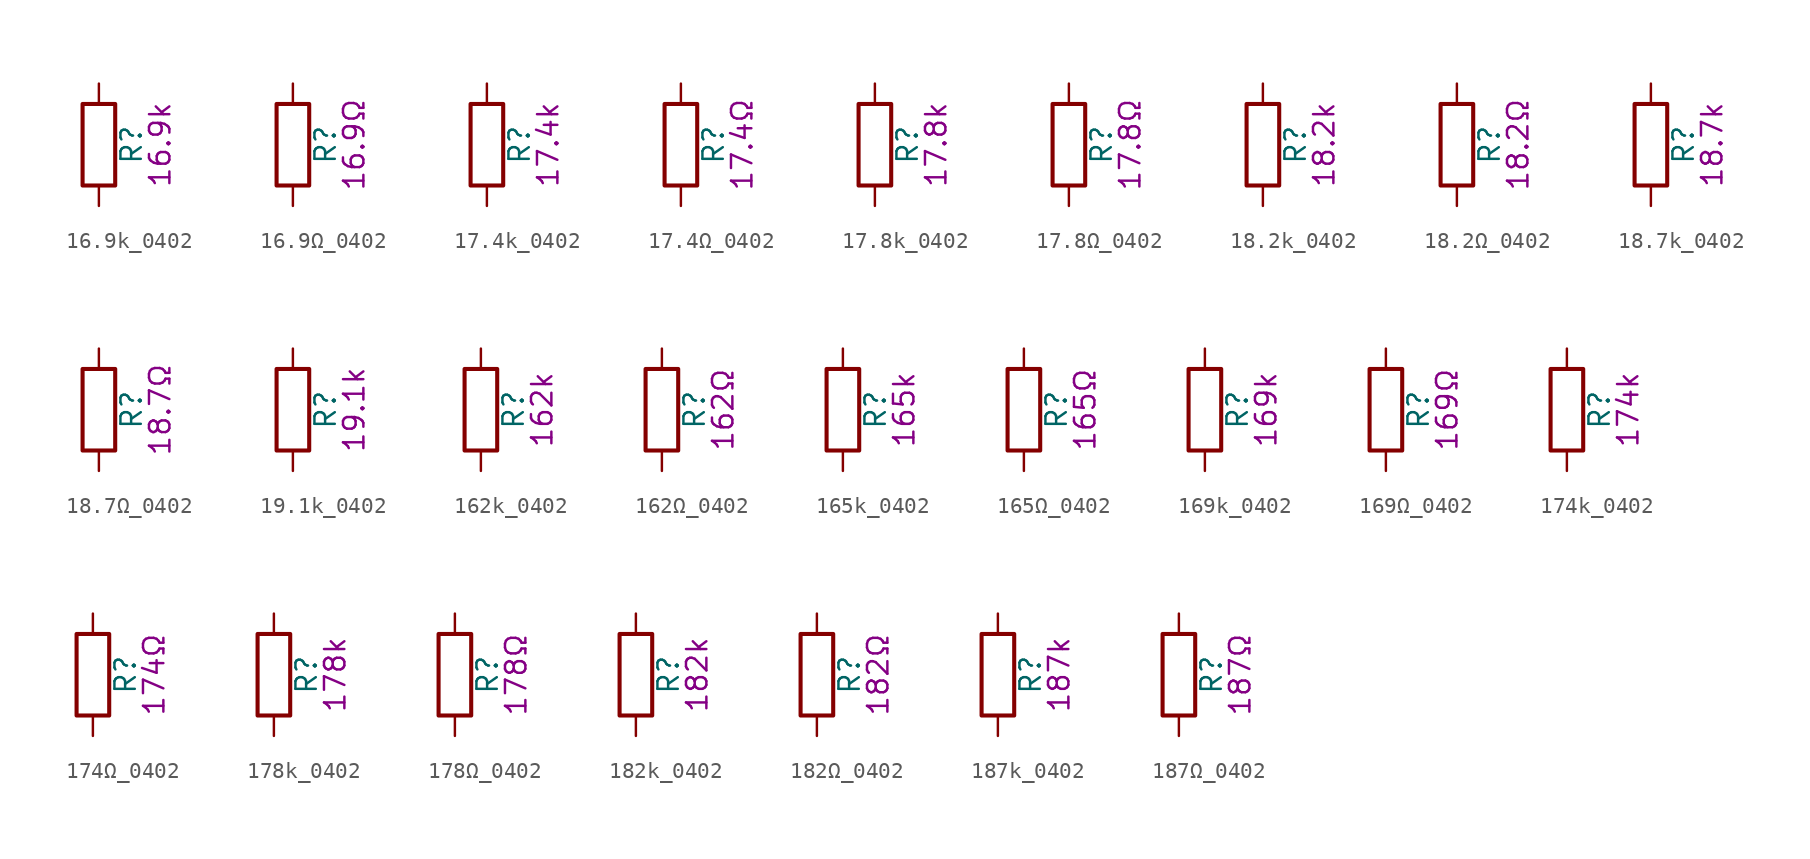
<source format=kicad_sym>
(kicad_symbol_lib
  (version 20211014)
  (generator kicad_symbol_editor)
  (symbol "16.9k_0402"
    (pin_numbers hide)
    (pin_names
      (offset 0))
    (property "Reference" "R"
      (at 2.032 0 90)
      (effects (font (size 1.27 1.27))))
    (property "Display" "16.9k"
      (at 3.81 0 90)
      (effects (font (size 1.27 1.27))))
    (symbol "16.9k_0402_0_1"
      (rectangle (start -1.016 -2.54) (end 1.016 2.54) (stroke (width 0.254) (type default) (color 0 0 0 0)) (fill (type none))))
    (symbol "16.9k_0402_1_1"
      (pin passive line (at 0 3.81 270) (length 1.27) (name "~" (effects (font (size 1.27 1.27)))) (number "1" (effects (font (size 1.27 1.27)))))
      (pin passive line (at 0 -3.81 90) (length 1.27) (name "~" (effects (font (size 1.27 1.27)))) (number "2" (effects (font (size 1.27 1.27)))))))
  (symbol "16.9Ω_0402"
    (pin_numbers hide)
    (pin_names
      (offset 0))
    (property "Reference" "R"
      (at 2.032 0 90)
      (effects (font (size 1.27 1.27))))
    (property "Display" "16.9Ω"
      (at 3.81 0 90)
      (effects (font (size 1.27 1.27))))
    (symbol "16.9Ω_0402_0_1"
      (rectangle (start -1.016 -2.54) (end 1.016 2.54) (stroke (width 0.254) (type default) (color 0 0 0 0)) (fill (type none))))
    (symbol "16.9Ω_0402_1_1"
      (pin passive line (at 0 3.81 270) (length 1.27) (name "~" (effects (font (size 1.27 1.27)))) (number "1" (effects (font (size 1.27 1.27)))))
      (pin passive line (at 0 -3.81 90) (length 1.27) (name "~" (effects (font (size 1.27 1.27)))) (number "2" (effects (font (size 1.27 1.27)))))))
  (symbol "17.4k_0402"
    (pin_numbers hide)
    (pin_names
      (offset 0))
    (property "Reference" "R"
      (at 2.032 0 90)
      (effects (font (size 1.27 1.27))))
    (property "Display" "17.4k"
      (at 3.81 0 90)
      (effects (font (size 1.27 1.27))))
    (symbol "17.4k_0402_0_1"
      (rectangle (start -1.016 -2.54) (end 1.016 2.54) (stroke (width 0.254) (type default) (color 0 0 0 0)) (fill (type none))))
    (symbol "17.4k_0402_1_1"
      (pin passive line (at 0 3.81 270) (length 1.27) (name "~" (effects (font (size 1.27 1.27)))) (number "1" (effects (font (size 1.27 1.27)))))
      (pin passive line (at 0 -3.81 90) (length 1.27) (name "~" (effects (font (size 1.27 1.27)))) (number "2" (effects (font (size 1.27 1.27)))))))
  (symbol "17.4Ω_0402"
    (pin_numbers hide)
    (pin_names
      (offset 0))
    (property "Reference" "R"
      (at 2.032 0 90)
      (effects (font (size 1.27 1.27))))
    (property "Display" "17.4Ω"
      (at 3.81 0 90)
      (effects (font (size 1.27 1.27))))
    (symbol "17.4Ω_0402_0_1"
      (rectangle (start -1.016 -2.54) (end 1.016 2.54) (stroke (width 0.254) (type default) (color 0 0 0 0)) (fill (type none))))
    (symbol "17.4Ω_0402_1_1"
      (pin passive line (at 0 3.81 270) (length 1.27) (name "~" (effects (font (size 1.27 1.27)))) (number "1" (effects (font (size 1.27 1.27)))))
      (pin passive line (at 0 -3.81 90) (length 1.27) (name "~" (effects (font (size 1.27 1.27)))) (number "2" (effects (font (size 1.27 1.27)))))))
  (symbol "17.8k_0402"
    (pin_numbers hide)
    (pin_names
      (offset 0))
    (property "Reference" "R"
      (at 2.032 0 90)
      (effects (font (size 1.27 1.27))))
    (property "Display" "17.8k"
      (at 3.81 0 90)
      (effects (font (size 1.27 1.27))))
    (symbol "17.8k_0402_0_1"
      (rectangle (start -1.016 -2.54) (end 1.016 2.54) (stroke (width 0.254) (type default) (color 0 0 0 0)) (fill (type none))))
    (symbol "17.8k_0402_1_1"
      (pin passive line (at 0 3.81 270) (length 1.27) (name "~" (effects (font (size 1.27 1.27)))) (number "1" (effects (font (size 1.27 1.27)))))
      (pin passive line (at 0 -3.81 90) (length 1.27) (name "~" (effects (font (size 1.27 1.27)))) (number "2" (effects (font (size 1.27 1.27)))))))
  (symbol "17.8Ω_0402"
    (pin_numbers hide)
    (pin_names
      (offset 0))
    (property "Reference" "R"
      (at 2.032 0 90)
      (effects (font (size 1.27 1.27))))
    (property "Display" "17.8Ω"
      (at 3.81 0 90)
      (effects (font (size 1.27 1.27))))
    (symbol "17.8Ω_0402_0_1"
      (rectangle (start -1.016 -2.54) (end 1.016 2.54) (stroke (width 0.254) (type default) (color 0 0 0 0)) (fill (type none))))
    (symbol "17.8Ω_0402_1_1"
      (pin passive line (at 0 3.81 270) (length 1.27) (name "~" (effects (font (size 1.27 1.27)))) (number "1" (effects (font (size 1.27 1.27)))))
      (pin passive line (at 0 -3.81 90) (length 1.27) (name "~" (effects (font (size 1.27 1.27)))) (number "2" (effects (font (size 1.27 1.27)))))))
  (symbol "18.2k_0402"
    (pin_numbers hide)
    (pin_names
      (offset 0))
    (property "Reference" "R"
      (at 2.032 0 90)
      (effects (font (size 1.27 1.27))))
    (property "Display" "18.2k"
      (at 3.81 0 90)
      (effects (font (size 1.27 1.27))))
    (symbol "18.2k_0402_0_1"
      (rectangle (start -1.016 -2.54) (end 1.016 2.54) (stroke (width 0.254) (type default) (color 0 0 0 0)) (fill (type none))))
    (symbol "18.2k_0402_1_1"
      (pin passive line (at 0 3.81 270) (length 1.27) (name "~" (effects (font (size 1.27 1.27)))) (number "1" (effects (font (size 1.27 1.27)))))
      (pin passive line (at 0 -3.81 90) (length 1.27) (name "~" (effects (font (size 1.27 1.27)))) (number "2" (effects (font (size 1.27 1.27)))))))
  (symbol "18.2Ω_0402"
    (pin_numbers hide)
    (pin_names
      (offset 0))
    (property "Reference" "R"
      (at 2.032 0 90)
      (effects (font (size 1.27 1.27))))
    (property "Display" "18.2Ω"
      (at 3.81 0 90)
      (effects (font (size 1.27 1.27))))
    (symbol "18.2Ω_0402_0_1"
      (rectangle (start -1.016 -2.54) (end 1.016 2.54) (stroke (width 0.254) (type default) (color 0 0 0 0)) (fill (type none))))
    (symbol "18.2Ω_0402_1_1"
      (pin passive line (at 0 3.81 270) (length 1.27) (name "~" (effects (font (size 1.27 1.27)))) (number "1" (effects (font (size 1.27 1.27)))))
      (pin passive line (at 0 -3.81 90) (length 1.27) (name "~" (effects (font (size 1.27 1.27)))) (number "2" (effects (font (size 1.27 1.27)))))))
  (symbol "18.7k_0402"
    (pin_numbers hide)
    (pin_names
      (offset 0))
    (property "Reference" "R"
      (at 2.032 0 90)
      (effects (font (size 1.27 1.27))))
    (property "Display" "18.7k"
      (at 3.81 0 90)
      (effects (font (size 1.27 1.27))))
    (symbol "18.7k_0402_0_1"
      (rectangle (start -1.016 -2.54) (end 1.016 2.54) (stroke (width 0.254) (type default) (color 0 0 0 0)) (fill (type none))))
    (symbol "18.7k_0402_1_1"
      (pin passive line (at 0 3.81 270) (length 1.27) (name "~" (effects (font (size 1.27 1.27)))) (number "1" (effects (font (size 1.27 1.27)))))
      (pin passive line (at 0 -3.81 90) (length 1.27) (name "~" (effects (font (size 1.27 1.27)))) (number "2" (effects (font (size 1.27 1.27)))))))
  (symbol "18.7Ω_0402"
    (pin_numbers hide)
    (pin_names
      (offset 0))
    (property "Reference" "R"
      (at 2.032 0 90)
      (effects (font (size 1.27 1.27))))
    (property "Display" "18.7Ω"
      (at 3.81 0 90)
      (effects (font (size 1.27 1.27))))
    (symbol "18.7Ω_0402_0_1"
      (rectangle (start -1.016 -2.54) (end 1.016 2.54) (stroke (width 0.254) (type default) (color 0 0 0 0)) (fill (type none))))
    (symbol "18.7Ω_0402_1_1"
      (pin passive line (at 0 3.81 270) (length 1.27) (name "~" (effects (font (size 1.27 1.27)))) (number "1" (effects (font (size 1.27 1.27)))))
      (pin passive line (at 0 -3.81 90) (length 1.27) (name "~" (effects (font (size 1.27 1.27)))) (number "2" (effects (font (size 1.27 1.27)))))))
  (symbol "19.1k_0402"
    (pin_numbers hide)
    (pin_names
      (offset 0))
    (property "Reference" "R"
      (at 2.032 0 90)
      (effects (font (size 1.27 1.27))))
    (property "Display" "19.1k"
      (at 3.81 0 90)
      (effects (font (size 1.27 1.27))))
    (symbol "19.1k_0402_0_1"
      (rectangle (start -1.016 -2.54) (end 1.016 2.54) (stroke (width 0.254) (type default) (color 0 0 0 0)) (fill (type none))))
    (symbol "19.1k_0402_1_1"
      (pin passive line (at 0 3.81 270) (length 1.27) (name "~" (effects (font (size 1.27 1.27)))) (number "1" (effects (font (size 1.27 1.27)))))
      (pin passive line (at 0 -3.81 90) (length 1.27) (name "~" (effects (font (size 1.27 1.27)))) (number "2" (effects (font (size 1.27 1.27)))))))
  (symbol "162k_0402"
    (pin_numbers hide)
    (pin_names
      (offset 0))
    (property "Reference" "R"
      (at 2.032 0 90)
      (effects (font (size 1.27 1.27))))
    (property "Display" "162k"
      (at 3.81 0 90)
      (effects (font (size 1.27 1.27))))
    (symbol "162k_0402_0_1"
      (rectangle (start -1.016 -2.54) (end 1.016 2.54) (stroke (width 0.254) (type default) (color 0 0 0 0)) (fill (type none))))
    (symbol "162k_0402_1_1"
      (pin passive line (at 0 3.81 270) (length 1.27) (name "~" (effects (font (size 1.27 1.27)))) (number "1" (effects (font (size 1.27 1.27)))))
      (pin passive line (at 0 -3.81 90) (length 1.27) (name "~" (effects (font (size 1.27 1.27)))) (number "2" (effects (font (size 1.27 1.27)))))))
  (symbol "162Ω_0402"
    (pin_numbers hide)
    (pin_names
      (offset 0))
    (property "Reference" "R"
      (at 2.032 0 90)
      (effects (font (size 1.27 1.27))))
    (property "Display" "162Ω"
      (at 3.81 0 90)
      (effects (font (size 1.27 1.27))))
    (symbol "162Ω_0402_0_1"
      (rectangle (start -1.016 -2.54) (end 1.016 2.54) (stroke (width 0.254) (type default) (color 0 0 0 0)) (fill (type none))))
    (symbol "162Ω_0402_1_1"
      (pin passive line (at 0 3.81 270) (length 1.27) (name "~" (effects (font (size 1.27 1.27)))) (number "1" (effects (font (size 1.27 1.27)))))
      (pin passive line (at 0 -3.81 90) (length 1.27) (name "~" (effects (font (size 1.27 1.27)))) (number "2" (effects (font (size 1.27 1.27)))))))
  (symbol "165k_0402"
    (pin_numbers hide)
    (pin_names
      (offset 0))
    (property "Reference" "R"
      (at 2.032 0 90)
      (effects (font (size 1.27 1.27))))
    (property "Display" "165k"
      (at 3.81 0 90)
      (effects (font (size 1.27 1.27))))
    (symbol "165k_0402_0_1"
      (rectangle (start -1.016 -2.54) (end 1.016 2.54) (stroke (width 0.254) (type default) (color 0 0 0 0)) (fill (type none))))
    (symbol "165k_0402_1_1"
      (pin passive line (at 0 3.81 270) (length 1.27) (name "~" (effects (font (size 1.27 1.27)))) (number "1" (effects (font (size 1.27 1.27)))))
      (pin passive line (at 0 -3.81 90) (length 1.27) (name "~" (effects (font (size 1.27 1.27)))) (number "2" (effects (font (size 1.27 1.27)))))))
  (symbol "165Ω_0402"
    (pin_numbers hide)
    (pin_names
      (offset 0))
    (property "Reference" "R"
      (at 2.032 0 90)
      (effects (font (size 1.27 1.27))))
    (property "Display" "165Ω"
      (at 3.81 0 90)
      (effects (font (size 1.27 1.27))))
    (symbol "165Ω_0402_0_1"
      (rectangle (start -1.016 -2.54) (end 1.016 2.54) (stroke (width 0.254) (type default) (color 0 0 0 0)) (fill (type none))))
    (symbol "165Ω_0402_1_1"
      (pin passive line (at 0 3.81 270) (length 1.27) (name "~" (effects (font (size 1.27 1.27)))) (number "1" (effects (font (size 1.27 1.27)))))
      (pin passive line (at 0 -3.81 90) (length 1.27) (name "~" (effects (font (size 1.27 1.27)))) (number "2" (effects (font (size 1.27 1.27)))))))
  (symbol "169k_0402"
    (pin_numbers hide)
    (pin_names
      (offset 0))
    (property "Reference" "R"
      (at 2.032 0 90)
      (effects (font (size 1.27 1.27))))
    (property "Display" "169k"
      (at 3.81 0 90)
      (effects (font (size 1.27 1.27))))
    (symbol "169k_0402_0_1"
      (rectangle (start -1.016 -2.54) (end 1.016 2.54) (stroke (width 0.254) (type default) (color 0 0 0 0)) (fill (type none))))
    (symbol "169k_0402_1_1"
      (pin passive line (at 0 3.81 270) (length 1.27) (name "~" (effects (font (size 1.27 1.27)))) (number "1" (effects (font (size 1.27 1.27)))))
      (pin passive line (at 0 -3.81 90) (length 1.27) (name "~" (effects (font (size 1.27 1.27)))) (number "2" (effects (font (size 1.27 1.27)))))))
  (symbol "169Ω_0402"
    (pin_numbers hide)
    (pin_names
      (offset 0))
    (property "Reference" "R"
      (at 2.032 0 90)
      (effects (font (size 1.27 1.27))))
    (property "Display" "169Ω"
      (at 3.81 0 90)
      (effects (font (size 1.27 1.27))))
    (symbol "169Ω_0402_0_1"
      (rectangle (start -1.016 -2.54) (end 1.016 2.54) (stroke (width 0.254) (type default) (color 0 0 0 0)) (fill (type none))))
    (symbol "169Ω_0402_1_1"
      (pin passive line (at 0 3.81 270) (length 1.27) (name "~" (effects (font (size 1.27 1.27)))) (number "1" (effects (font (size 1.27 1.27)))))
      (pin passive line (at 0 -3.81 90) (length 1.27) (name "~" (effects (font (size 1.27 1.27)))) (number "2" (effects (font (size 1.27 1.27)))))))
  (symbol "174k_0402"
    (pin_numbers hide)
    (pin_names
      (offset 0))
    (property "Reference" "R"
      (at 2.032 0 90)
      (effects (font (size 1.27 1.27))))
    (property "Display" "174k"
      (at 3.81 0 90)
      (effects (font (size 1.27 1.27))))
    (symbol "174k_0402_0_1"
      (rectangle (start -1.016 -2.54) (end 1.016 2.54) (stroke (width 0.254) (type default) (color 0 0 0 0)) (fill (type none))))
    (symbol "174k_0402_1_1"
      (pin passive line (at 0 3.81 270) (length 1.27) (name "~" (effects (font (size 1.27 1.27)))) (number "1" (effects (font (size 1.27 1.27)))))
      (pin passive line (at 0 -3.81 90) (length 1.27) (name "~" (effects (font (size 1.27 1.27)))) (number "2" (effects (font (size 1.27 1.27)))))))
  (symbol "174Ω_0402"
    (pin_numbers hide)
    (pin_names
      (offset 0))
    (property "Reference" "R"
      (at 2.032 0 90)
      (effects (font (size 1.27 1.27))))
    (property "Display" "174Ω"
      (at 3.81 0 90)
      (effects (font (size 1.27 1.27))))
    (symbol "174Ω_0402_0_1"
      (rectangle (start -1.016 -2.54) (end 1.016 2.54) (stroke (width 0.254) (type default) (color 0 0 0 0)) (fill (type none))))
    (symbol "174Ω_0402_1_1"
      (pin passive line (at 0 3.81 270) (length 1.27) (name "~" (effects (font (size 1.27 1.27)))) (number "1" (effects (font (size 1.27 1.27)))))
      (pin passive line (at 0 -3.81 90) (length 1.27) (name "~" (effects (font (size 1.27 1.27)))) (number "2" (effects (font (size 1.27 1.27)))))))
  (symbol "178k_0402"
    (pin_numbers hide)
    (pin_names
      (offset 0))
    (property "Reference" "R"
      (at 2.032 0 90)
      (effects (font (size 1.27 1.27))))
    (property "Display" "178k"
      (at 3.81 0 90)
      (effects (font (size 1.27 1.27))))
    (symbol "178k_0402_0_1"
      (rectangle (start -1.016 -2.54) (end 1.016 2.54) (stroke (width 0.254) (type default) (color 0 0 0 0)) (fill (type none))))
    (symbol "178k_0402_1_1"
      (pin passive line (at 0 3.81 270) (length 1.27) (name "~" (effects (font (size 1.27 1.27)))) (number "1" (effects (font (size 1.27 1.27)))))
      (pin passive line (at 0 -3.81 90) (length 1.27) (name "~" (effects (font (size 1.27 1.27)))) (number "2" (effects (font (size 1.27 1.27)))))))
  (symbol "178Ω_0402"
    (pin_numbers hide)
    (pin_names
      (offset 0))
    (property "Reference" "R"
      (at 2.032 0 90)
      (effects (font (size 1.27 1.27))))
    (property "Display" "178Ω"
      (at 3.81 0 90)
      (effects (font (size 1.27 1.27))))
    (symbol "178Ω_0402_0_1"
      (rectangle (start -1.016 -2.54) (end 1.016 2.54) (stroke (width 0.254) (type default) (color 0 0 0 0)) (fill (type none))))
    (symbol "178Ω_0402_1_1"
      (pin passive line (at 0 3.81 270) (length 1.27) (name "~" (effects (font (size 1.27 1.27)))) (number "1" (effects (font (size 1.27 1.27)))))
      (pin passive line (at 0 -3.81 90) (length 1.27) (name "~" (effects (font (size 1.27 1.27)))) (number "2" (effects (font (size 1.27 1.27)))))))
  (symbol "182k_0402"
    (pin_numbers hide)
    (pin_names
      (offset 0))
    (property "Reference" "R"
      (at 2.032 0 90)
      (effects (font (size 1.27 1.27))))
    (property "Display" "182k"
      (at 3.81 0 90)
      (effects (font (size 1.27 1.27))))
    (symbol "182k_0402_0_1"
      (rectangle (start -1.016 -2.54) (end 1.016 2.54) (stroke (width 0.254) (type default) (color 0 0 0 0)) (fill (type none))))
    (symbol "182k_0402_1_1"
      (pin passive line (at 0 3.81 270) (length 1.27) (name "~" (effects (font (size 1.27 1.27)))) (number "1" (effects (font (size 1.27 1.27)))))
      (pin passive line (at 0 -3.81 90) (length 1.27) (name "~" (effects (font (size 1.27 1.27)))) (number "2" (effects (font (size 1.27 1.27)))))))
  (symbol "182Ω_0402"
    (pin_numbers hide)
    (pin_names
      (offset 0))
    (property "Reference" "R"
      (at 2.032 0 90)
      (effects (font (size 1.27 1.27))))
    (property "Display" "182Ω"
      (at 3.81 0 90)
      (effects (font (size 1.27 1.27))))
    (symbol "182Ω_0402_0_1"
      (rectangle (start -1.016 -2.54) (end 1.016 2.54) (stroke (width 0.254) (type default) (color 0 0 0 0)) (fill (type none))))
    (symbol "182Ω_0402_1_1"
      (pin passive line (at 0 3.81 270) (length 1.27) (name "~" (effects (font (size 1.27 1.27)))) (number "1" (effects (font (size 1.27 1.27)))))
      (pin passive line (at 0 -3.81 90) (length 1.27) (name "~" (effects (font (size 1.27 1.27)))) (number "2" (effects (font (size 1.27 1.27)))))))
  (symbol "187k_0402"
    (pin_numbers hide)
    (pin_names
      (offset 0))
    (property "Reference" "R"
      (at 2.032 0 90)
      (effects (font (size 1.27 1.27))))
    (property "Display" "187k"
      (at 3.81 0 90)
      (effects (font (size 1.27 1.27))))
    (symbol "187k_0402_0_1"
      (rectangle (start -1.016 -2.54) (end 1.016 2.54) (stroke (width 0.254) (type default) (color 0 0 0 0)) (fill (type none))))
    (symbol "187k_0402_1_1"
      (pin passive line (at 0 3.81 270) (length 1.27) (name "~" (effects (font (size 1.27 1.27)))) (number "1" (effects (font (size 1.27 1.27)))))
      (pin passive line (at 0 -3.81 90) (length 1.27) (name "~" (effects (font (size 1.27 1.27)))) (number "2" (effects (font (size 1.27 1.27)))))))
  (symbol "187Ω_0402"
    (pin_numbers hide)
    (pin_names
      (offset 0))
    (property "Reference" "R"
      (at 2.032 0 90)
      (effects (font (size 1.27 1.27))))
    (property "Display" "187Ω"
      (at 3.81 0 90)
      (effects (font (size 1.27 1.27))))
    (symbol "187Ω_0402_0_1"
      (rectangle (start -1.016 -2.54) (end 1.016 2.54) (stroke (width 0.254) (type default) (color 0 0 0 0)) (fill (type none))))
    (symbol "187Ω_0402_1_1"
      (pin passive line (at 0 3.81 270) (length 1.27) (name "~" (effects (font (size 1.27 1.27)))) (number "1" (effects (font (size 1.27 1.27)))))
      (pin passive line (at 0 -3.81 90) (length 1.27) (name "~" (effects (font (size 1.27 1.27)))) (number "2" (effects (font (size 1.27 1.27))))))))
</source>
